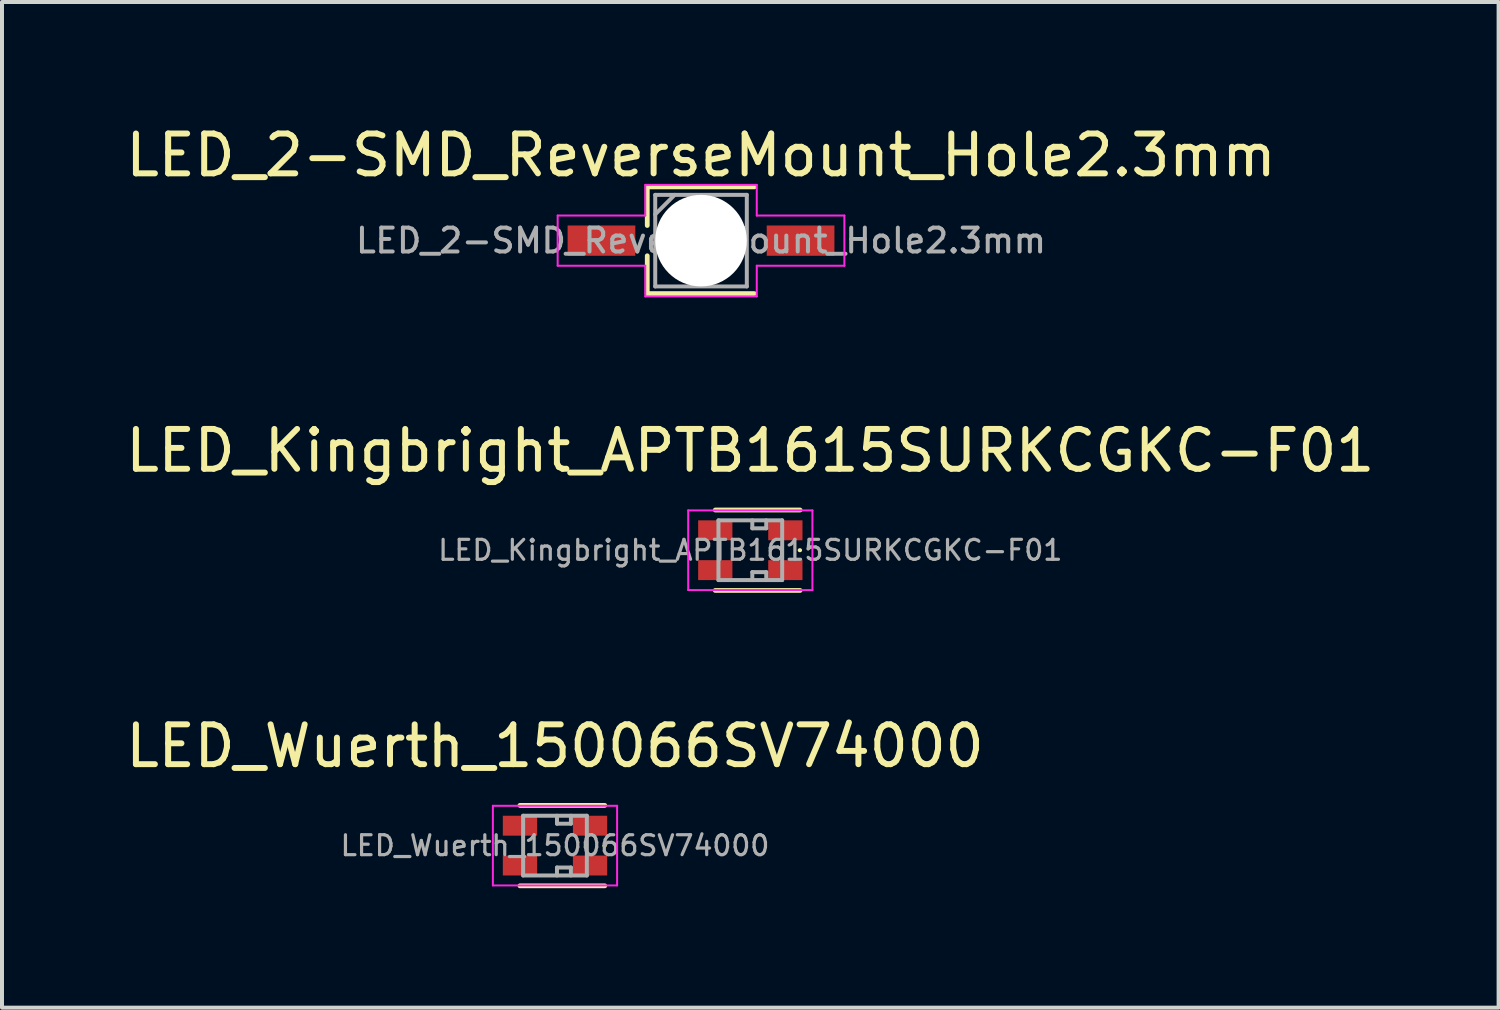
<source format=kicad_pcb>
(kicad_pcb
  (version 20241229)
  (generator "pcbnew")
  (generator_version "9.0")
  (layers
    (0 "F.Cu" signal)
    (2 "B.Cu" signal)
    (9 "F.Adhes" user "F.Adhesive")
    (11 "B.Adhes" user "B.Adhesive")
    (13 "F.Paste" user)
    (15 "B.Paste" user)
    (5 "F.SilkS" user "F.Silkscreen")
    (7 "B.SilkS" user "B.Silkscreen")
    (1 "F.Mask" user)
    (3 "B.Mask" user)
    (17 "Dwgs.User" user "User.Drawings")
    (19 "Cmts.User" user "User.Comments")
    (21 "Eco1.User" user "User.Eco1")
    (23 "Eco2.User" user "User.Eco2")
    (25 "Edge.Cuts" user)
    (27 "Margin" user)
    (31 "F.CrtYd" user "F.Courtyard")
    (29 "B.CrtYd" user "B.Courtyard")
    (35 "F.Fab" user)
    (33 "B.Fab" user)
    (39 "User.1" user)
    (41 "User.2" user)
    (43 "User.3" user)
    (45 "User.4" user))
  (footprint "LED_Wuerth_150066SV74000"
    (layer "F.Cu")
    (at 10.887 18.185)
    (property "Reference" "LED_Wuerth_150066SV74000" (at 0 -2.5 0) (layer "F.SilkS") (effects (font (size 1 1) (thickness 0.15))))
    (attr smd)
    (fp_line (start -0.88 -1.01) (end 1.25 -1.01) (stroke (width 0.12) (type solid)) (layer "F.SilkS"))
    (fp_line (start -0.88 1.01) (end 1.25 1.01) (stroke (width 0.12) (type solid)) (layer "F.SilkS"))
    (fp_line (start 1.24 0) (end 1.25 0) (stroke (width 0.1) (type solid)) (layer "F.SilkS"))
    (fp_line (start -1.56 -1) (end -1.56 1) (stroke (width 0.05) (type solid)) (layer "F.CrtYd"))
    (fp_line (start -1.56 -1) (end 1.56 -1) (stroke (width 0.05) (type solid)) (layer "F.CrtYd"))
    (fp_line (start -1.56 1) (end 1.56 1) (stroke (width 0.05) (type solid)) (layer "F.CrtYd"))
    (fp_line (start 1.56 -1) (end 1.56 1) (stroke (width 0.05) (type solid)) (layer "F.CrtYd"))
    (fp_line (start -0.8 -0.75) (end 0.8 -0.75) (stroke (width 0.1) (type solid)) (layer "F.Fab"))
    (fp_line (start -0.8 0.75) (end -0.8 -0.75) (stroke (width 0.1) (type solid)) (layer "F.Fab"))
    (fp_line (start 0.05 -0.75) (end 0.05 -0.55) (stroke (width 0.1) (type solid)) (layer "F.Fab"))
    (fp_line (start 0.05 -0.55) (end 0.4 -0.55) (stroke (width 0.1) (type solid)) (layer "F.Fab"))
    (fp_line (start 0.05 0.55) (end 0.05 0.75) (stroke (width 0.1) (type solid)) (layer "F.Fab"))
    (fp_line (start 0.05 0.55) (end 0.4 0.55) (stroke (width 0.1) (type solid)) (layer "F.Fab"))
    (fp_line (start 0.4 -0.75) (end 0.4 -0.55) (stroke (width 0.1) (type solid)) (layer "F.Fab"))
    (fp_line (start 0.4 0.55) (end 0.4 0.75) (stroke (width 0.1) (type solid)) (layer "F.Fab"))
    (fp_line (start 0.8 -0.75) (end 0.8 0.75) (stroke (width 0.1) (type solid)) (layer "F.Fab"))
    (fp_line (start 0.8 0.75) (end -0.8 0.75) (stroke (width 0.1) (type solid)) (layer "F.Fab"))
    (fp_text user "${REFERENCE}" (at 0 0 0) (layer "F.Fab") (effects (font (size 0.5 0.5) (thickness 0.08))))
    (pad "1" smd rect (at -0.88 0.5) (size 0.86 0.5) (layers "F.Cu" "F.Mask" "F.Paste"))
    (pad "2" smd rect (at 0.88 0.5) (size 0.86 0.5) (layers "F.Cu" "F.Mask" "F.Paste"))
    (pad "3" smd rect (at -0.88 -0.5) (size 0.86 0.5) (layers "F.Cu" "F.Mask" "F.Paste"))
    (pad "4" smd rect (at 0.88 -0.5) (size 0.86 0.5) (layers "F.Cu" "F.Mask" "F.Paste")))
  (footprint "LED_Kingbright_APTB1615SURKCGKC-F01"
    (layer "F.Cu")
    (at 15.792 10.767)
    (property "Reference" "LED_Kingbright_APTB1615SURKCGKC-F01" (at 0 -2.5 0) (layer "F.SilkS") (effects (font (size 1 1) (thickness 0.15))))
    (attr smd)
    (fp_line (start -0.88 -1.01) (end 1.25 -1.01) (stroke (width 0.12) (type solid)) (layer "F.SilkS"))
    (fp_line (start -0.88 1.01) (end 1.25 1.01) (stroke (width 0.12) (type solid)) (layer "F.SilkS"))
    (fp_line (start 1.24 0) (end 1.25 0) (stroke (width 0.1) (type solid)) (layer "F.SilkS"))
    (fp_line (start -1.56 -1) (end -1.56 1) (stroke (width 0.05) (type solid)) (layer "F.CrtYd"))
    (fp_line (start -1.56 -1) (end 1.56 -1) (stroke (width 0.05) (type solid)) (layer "F.CrtYd"))
    (fp_line (start -1.56 1) (end 1.56 1) (stroke (width 0.05) (type solid)) (layer "F.CrtYd"))
    (fp_line (start 1.56 -1) (end 1.56 1) (stroke (width 0.05) (type solid)) (layer "F.CrtYd"))
    (fp_line (start -0.8 -0.75) (end 0.8 -0.75) (stroke (width 0.1) (type solid)) (layer "F.Fab"))
    (fp_line (start -0.8 0.75) (end -0.8 -0.75) (stroke (width 0.1) (type solid)) (layer "F.Fab"))
    (fp_line (start 0.05 -0.75) (end 0.05 -0.55) (stroke (width 0.1) (type solid)) (layer "F.Fab"))
    (fp_line (start 0.05 -0.55) (end 0.4 -0.55) (stroke (width 0.1) (type solid)) (layer "F.Fab"))
    (fp_line (start 0.05 0.55) (end 0.05 0.75) (stroke (width 0.1) (type solid)) (layer "F.Fab"))
    (fp_line (start 0.05 0.55) (end 0.4 0.55) (stroke (width 0.1) (type solid)) (layer "F.Fab"))
    (fp_line (start 0.4 -0.75) (end 0.4 -0.55) (stroke (width 0.1) (type solid)) (layer "F.Fab"))
    (fp_line (start 0.4 0.55) (end 0.4 0.75) (stroke (width 0.1) (type solid)) (layer "F.Fab"))
    (fp_line (start 0.8 -0.75) (end 0.8 0.75) (stroke (width 0.1) (type solid)) (layer "F.Fab"))
    (fp_line (start 0.8 0.75) (end -0.8 0.75) (stroke (width 0.1) (type solid)) (layer "F.Fab"))
    (fp_text user "${REFERENCE}" (at 0 0 0) (layer "F.Fab") (effects (font (size 0.5 0.5) (thickness 0.08))))
    (pad "1" smd rect (at -0.88 0.5) (size 0.86 0.5) (layers "F.Cu" "F.Mask" "F.Paste"))
    (pad "2" smd rect (at 0.88 0.5) (size 0.86 0.5) (layers "F.Cu" "F.Mask" "F.Paste"))
    (pad "3" smd rect (at -0.88 -0.5) (size 0.86 0.5) (layers "F.Cu" "F.Mask" "F.Paste"))
    (pad "4" smd rect (at 0.88 -0.5) (size 0.86 0.5) (layers "F.Cu" "F.Mask" "F.Paste")))
  (footprint "LED_2-SMD_ReverseMount_Hole2.3mm"
    (layer "F.Cu")
    (at 14.554 2.993)
    (property "Reference" "LED_2-SMD_ReverseMount_Hole2.3mm" (at 0 -2.145 0) (layer "F.SilkS") (effects (font (size 1 1) (thickness 0.15))))
    (attr smd)
    (fp_line (start -1.35 -1.35) (end -1.35 -0.38) (stroke (width 0.12) (type solid)) (layer "F.SilkS"))
    (fp_line (start -1.35 0.38) (end -1.35 1.33) (stroke (width 0.12) (type solid)) (layer "F.SilkS"))
    (fp_line (start -1.35 1.33) (end 1.34 1.33) (stroke (width 0.12) (type solid)) (layer "F.SilkS"))
    (fp_line (start 1.34 -1.35) (end -1.35 -1.35) (stroke (width 0.12) (type solid)) (layer "F.SilkS"))
    (fp_line (start -3.6 -0.63) (end -1.4 -0.63) (stroke (width 0.05) (type solid)) (layer "F.CrtYd"))
    (fp_line (start -3.6 0.63) (end -3.6 -0.63) (stroke (width 0.05) (type solid)) (layer "F.CrtYd"))
    (fp_line (start -3.6 0.63) (end -1.4 0.63) (stroke (width 0.05) (type solid)) (layer "F.CrtYd"))
    (fp_line (start -1.4 -1.4) (end 1.4 -1.4) (stroke (width 0.05) (type solid)) (layer "F.CrtYd"))
    (fp_line (start -1.4 -0.63) (end -1.4 -1.4) (stroke (width 0.05) (type solid)) (layer "F.CrtYd"))
    (fp_line (start -1.4 1.4) (end -1.4 0.63) (stroke (width 0.05) (type solid)) (layer "F.CrtYd"))
    (fp_line (start 1.4 -0.63) (end 1.4 -1.4) (stroke (width 0.05) (type solid)) (layer "F.CrtYd"))
    (fp_line (start 1.4 -0.63) (end 3.6 -0.63) (stroke (width 0.05) (type solid)) (layer "F.CrtYd"))
    (fp_line (start 1.4 0.63) (end 3.6 0.63) (stroke (width 0.05) (type solid)) (layer "F.CrtYd"))
    (fp_line (start 1.4 1.4) (end -1.4 1.4) (stroke (width 0.05) (type solid)) (layer "F.CrtYd"))
    (fp_line (start 1.4 1.4) (end 1.4 0.63) (stroke (width 0.05) (type solid)) (layer "F.CrtYd"))
    (fp_line (start 3.6 0.63) (end 3.6 -0.63) (stroke (width 0.05) (type solid)) (layer "F.CrtYd"))
    (fp_line (start -1.15 -1.15) (end -1.15 1.15) (stroke (width 0.1) (type solid)) (layer "F.Fab"))
    (fp_line (start -1.15 1.15) (end 1.15 1.15) (stroke (width 0.1) (type solid)) (layer "F.Fab"))
    (fp_line (start -0.66 -1.15) (end -1.15 -0.66) (stroke (width 0.1) (type solid)) (layer "F.Fab"))
    (fp_line (start 1.15 -1.15) (end -1.15 -1.15) (stroke (width 0.1) (type solid)) (layer "F.Fab"))
    (fp_line (start 1.15 1.15) (end 1.15 -1.15) (stroke (width 0.1) (type solid)) (layer "F.Fab"))
    (fp_text user "${REFERENCE}" (at 0 0 0) (layer "F.Fab") (effects (font (size 0.6 0.6) (thickness 0.1))))
    (pad "" np_thru_hole circle (at 0 0) (size 2.3 2.3) (drill 2.3) (layers "*.Cu" "*.Mask"))
    (pad "1" smd rect (at -2.5 0) (size 1.7 0.76) (layers "F.Cu" "F.Mask" "F.Paste"))
    (pad "2" smd rect (at 2.5 0) (size 1.7 0.76) (layers "F.Cu" "F.Mask" "F.Paste")))
  (gr_rect
    (start -3 -3)
    (end 34.583 22.255)
    (stroke (width 0.1) (type default))
    (fill no)
    (layer "Edge.Cuts")))
</source>
